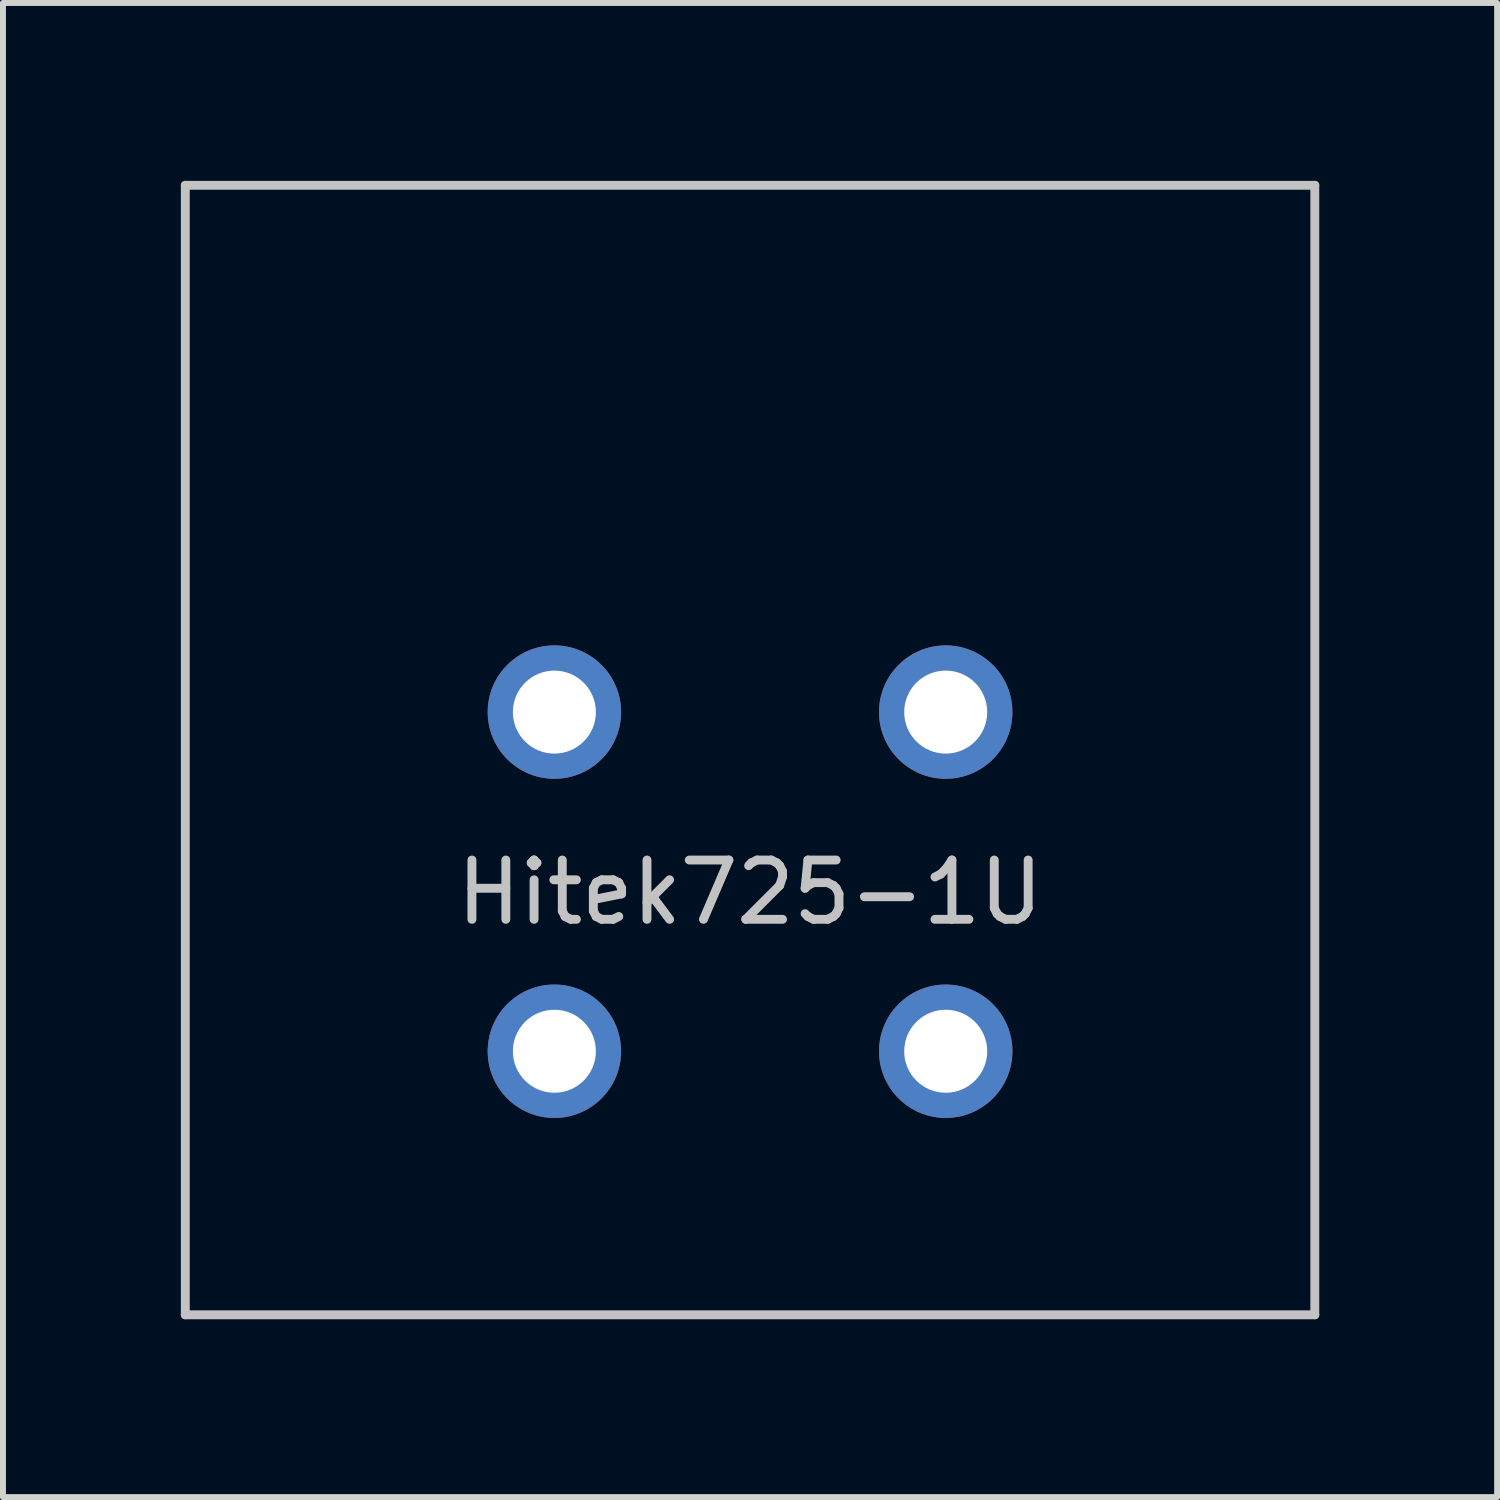
<source format=kicad_pcb>
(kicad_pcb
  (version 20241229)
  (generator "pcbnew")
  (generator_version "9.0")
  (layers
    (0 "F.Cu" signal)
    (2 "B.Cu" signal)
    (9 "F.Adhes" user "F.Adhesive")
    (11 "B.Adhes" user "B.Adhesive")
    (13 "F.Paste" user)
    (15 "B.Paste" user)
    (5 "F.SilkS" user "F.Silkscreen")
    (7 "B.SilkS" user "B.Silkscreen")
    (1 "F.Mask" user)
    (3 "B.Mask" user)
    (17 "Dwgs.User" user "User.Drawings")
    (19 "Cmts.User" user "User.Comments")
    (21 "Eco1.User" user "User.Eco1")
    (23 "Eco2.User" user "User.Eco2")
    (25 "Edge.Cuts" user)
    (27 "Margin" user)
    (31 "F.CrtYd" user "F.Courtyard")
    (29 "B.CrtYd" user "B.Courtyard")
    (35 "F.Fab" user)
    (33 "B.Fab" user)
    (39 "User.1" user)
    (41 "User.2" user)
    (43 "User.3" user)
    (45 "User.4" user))
  (footprint "Hitek725-1U"
    (layer "F.Cu")
    (at 9.6 9.6)
    (property "Reference" "Hitek725-1U" (at 0 2.4 0) (layer "Dwgs.User") (effects (font (size 1 1) (thickness 0.15))))
    (fp_line (start -9.525 -9.525) (end 9.525 -9.525) (stroke (width 0.15) (type solid)) (layer "Dwgs.User"))
    (fp_line (start -9.525 9.525) (end -9.525 -9.525) (stroke (width 0.15) (type solid)) (layer "Dwgs.User"))
    (fp_line (start 9.525 -9.525) (end 9.525 9.525) (stroke (width 0.15) (type solid)) (layer "Dwgs.User"))
    (fp_line (start 9.525 9.525) (end -9.525 9.525) (stroke (width 0.15) (type solid)) (layer "Dwgs.User"))
    (pad "1" thru_hole circle (at -3.3 -0.64) (size 2.25 2.25) (drill 1.4) (layers "*.Cu" "*.Mask"))
    (pad "1" thru_hole circle (at -3.3 5.08) (size 2.25 2.25) (drill 1.4) (layers "*.Cu" "*.Mask"))
    (pad "2" thru_hole circle (at 3.3 -0.64) (size 2.25 2.25) (drill 1.4) (layers "*.Cu" "*.Mask"))
    (pad "2" thru_hole circle (at 3.3 5.08) (size 2.25 2.25) (drill 1.4) (layers "*.Cu" "*.Mask")))
  (gr_rect
    (start -3 -3)
    (end 22.2 22.2)
    (stroke (width 0.1) (type default))
    (fill no)
    (layer "Edge.Cuts")))
</source>
